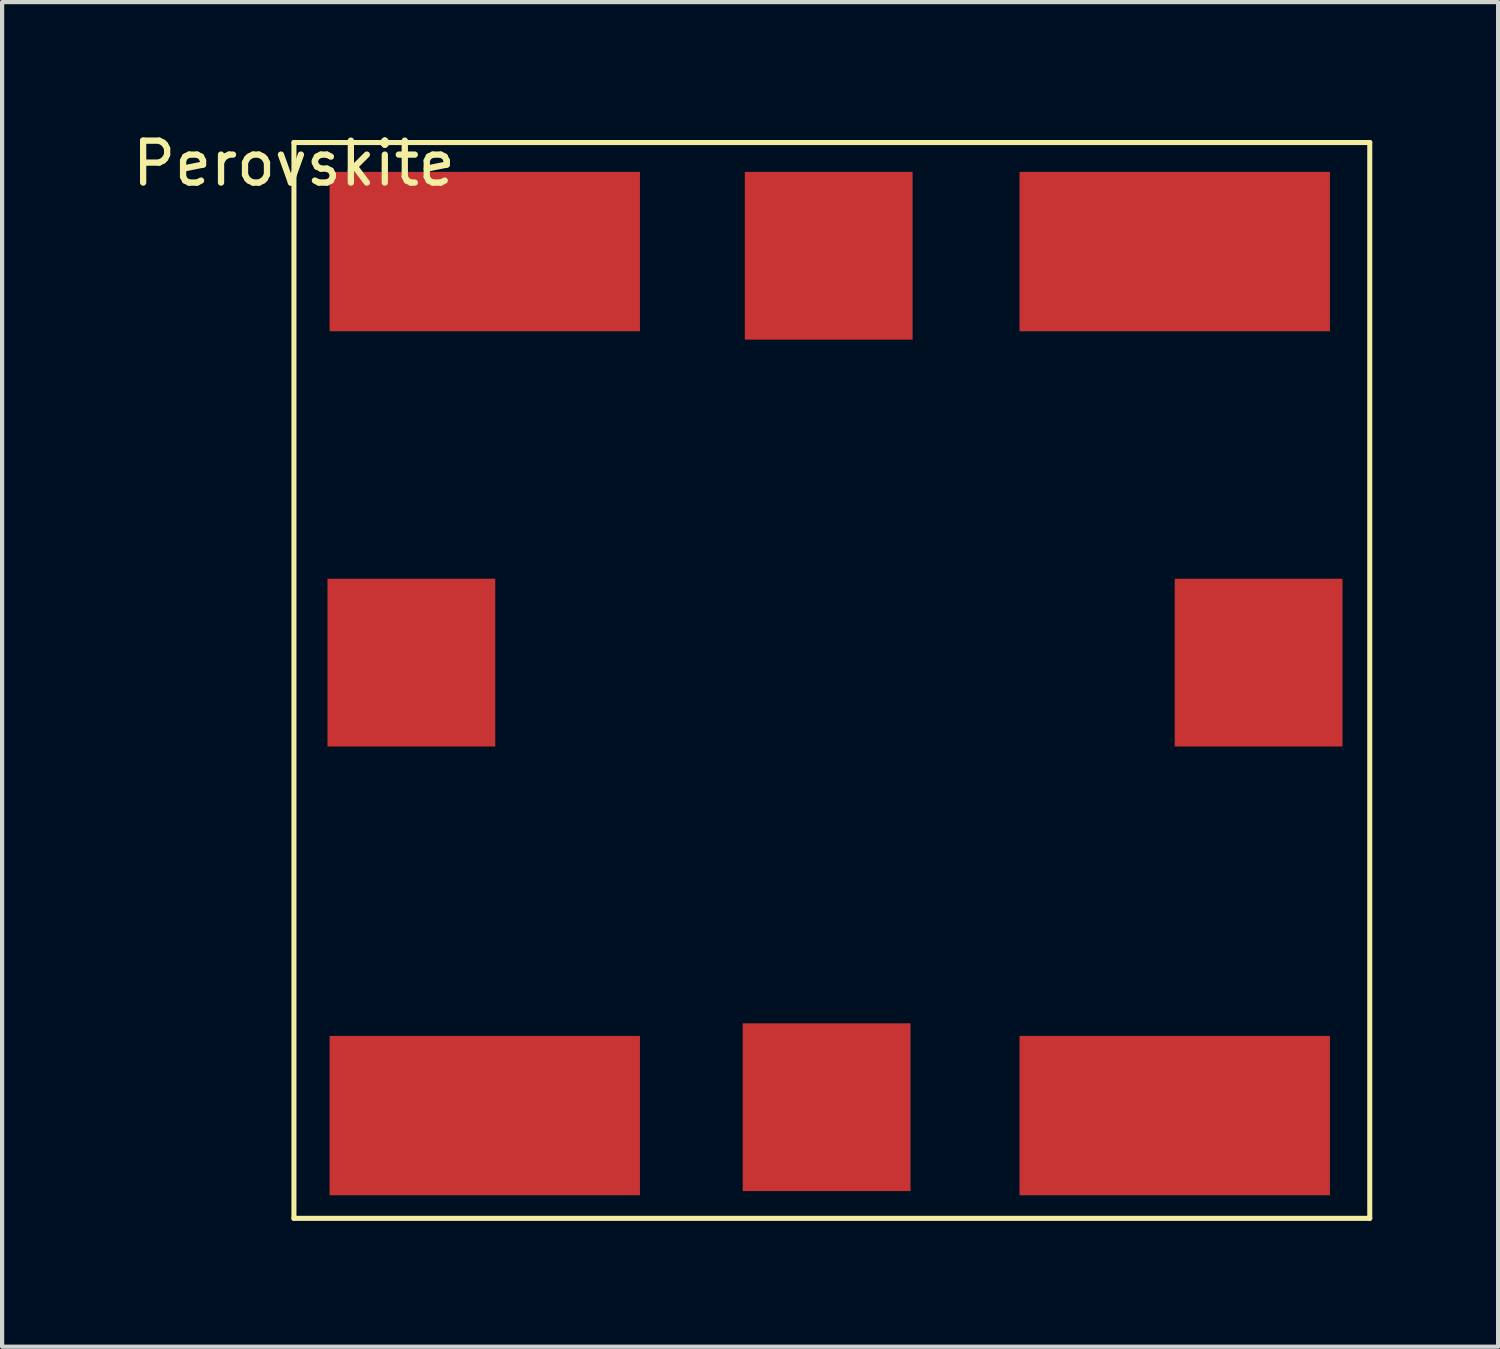
<source format=kicad_pcb>
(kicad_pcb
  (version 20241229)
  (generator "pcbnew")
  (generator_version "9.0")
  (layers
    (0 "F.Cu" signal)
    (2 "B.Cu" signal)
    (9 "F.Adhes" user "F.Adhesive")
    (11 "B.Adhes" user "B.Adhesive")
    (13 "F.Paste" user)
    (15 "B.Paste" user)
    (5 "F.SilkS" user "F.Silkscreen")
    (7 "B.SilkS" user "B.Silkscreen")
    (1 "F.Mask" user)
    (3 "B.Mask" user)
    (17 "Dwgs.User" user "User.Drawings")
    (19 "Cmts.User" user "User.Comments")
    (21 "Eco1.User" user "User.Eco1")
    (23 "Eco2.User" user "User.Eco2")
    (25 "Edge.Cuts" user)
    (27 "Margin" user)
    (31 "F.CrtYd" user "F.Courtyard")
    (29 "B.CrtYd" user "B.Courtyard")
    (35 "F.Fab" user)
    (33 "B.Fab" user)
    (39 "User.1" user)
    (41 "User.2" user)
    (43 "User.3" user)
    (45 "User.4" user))
  (footprint "Perovskite"
    (layer "F.Cu")
    (at 3.958 0.348)
    (property "Reference" "Perovskite" (at 0 0.5 0) (layer "F.SilkS") (effects (font (size 1 1) (thickness 0.15))))
    (attr through_hole)
    (fp_line (start 0 0) (end 0 25.65) (stroke (width 0.12) (type solid)) (layer "F.SilkS"))
    (fp_line (start 0 0) (end 25.65 0) (stroke (width 0.12) (type solid)) (layer "F.SilkS"))
    (fp_line (start 0 25.65) (end 25.65 25.65) (stroke (width 0.12) (type solid)) (layer "F.SilkS"))
    (fp_line (start 25.65 0) (end 25.65 25.65) (stroke (width 0.12) (type solid)) (layer "F.SilkS"))
    (fp_line (start 0 0) (end 25.65 25.65) (stroke (width 0.12) (type solid)) (layer "Eco1.User"))
    (fp_line (start 0 25.65) (end 25.65 0) (stroke (width 0.12) (type solid)) (layer "Eco1.User"))
    (pad "1" smd rect (at 4.55 2.6) (size 7.4 3.8) (layers "F.Cu" "F.Mask" "F.Paste"))
    (pad "2" smd rect (at 12.75 2.7) (size 4 4) (layers "F.Cu" "F.Mask" "F.Paste"))
    (pad "3" smd rect (at 21 2.6) (size 7.4 3.8) (layers "F.Cu" "F.Mask" "F.Paste"))
    (pad "4" smd rect (at 21 23.2) (size 7.4 3.8) (layers "F.Cu" "F.Mask" "F.Paste"))
    (pad "5" smd rect (at 12.7 23) (size 4 4) (layers "F.Cu" "F.Mask" "F.Paste"))
    (pad "6" smd rect (at 4.55 23.2) (size 7.4 3.8) (layers "F.Cu" "F.Mask" "F.Paste"))
    (pad "7" smd rect (at 2.8 12.4) (size 4 4) (layers "F.Cu" "F.Mask" "F.Paste"))
    (pad "8" smd rect (at 23 12.4) (size 4 4) (layers "F.Cu" "F.Mask" "F.Paste")))
  (gr_rect
    (start -3 -3)
    (end 32.668 29.058)
    (stroke (width 0.1) (type default))
    (fill no)
    (layer "Edge.Cuts")))
</source>
